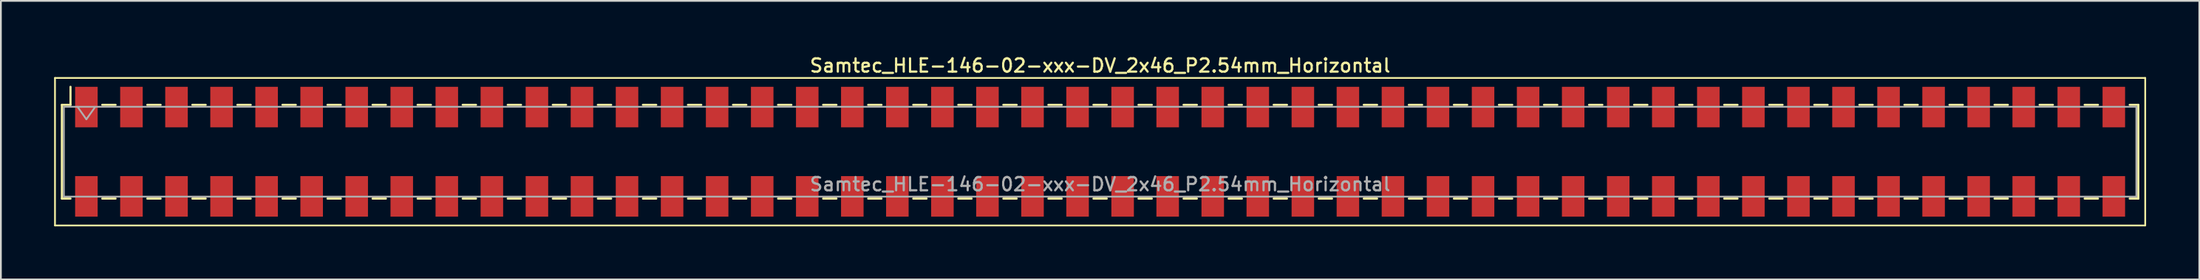
<source format=kicad_pcb>
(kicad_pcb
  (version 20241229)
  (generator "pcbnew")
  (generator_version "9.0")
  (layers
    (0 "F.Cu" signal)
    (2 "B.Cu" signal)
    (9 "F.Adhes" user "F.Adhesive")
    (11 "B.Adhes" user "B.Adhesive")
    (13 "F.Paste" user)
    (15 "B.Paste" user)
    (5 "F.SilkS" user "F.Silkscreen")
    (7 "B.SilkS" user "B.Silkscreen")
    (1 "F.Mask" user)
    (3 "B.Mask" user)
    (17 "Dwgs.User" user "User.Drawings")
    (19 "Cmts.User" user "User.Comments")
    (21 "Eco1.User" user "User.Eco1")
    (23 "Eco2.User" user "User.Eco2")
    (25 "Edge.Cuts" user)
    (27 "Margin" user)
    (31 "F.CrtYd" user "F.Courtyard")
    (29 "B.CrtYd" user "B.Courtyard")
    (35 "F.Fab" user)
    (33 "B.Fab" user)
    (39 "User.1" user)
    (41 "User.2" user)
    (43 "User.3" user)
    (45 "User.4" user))
  (footprint "Samtec_HLE-146-02-xxx-DV_2x46_P2.54mm_Horizontal"
    (layer "F.Cu")
    (at 58.97 5.528)
    (property "Reference" "Samtec_HLE-146-02-xxx-DV_2x46_P2.54mm_Horizontal" (at 0 -4.87 0) (layer "F.SilkS") (effects (font (size 0.75 0.75) (thickness 0.125))))
    (attr smd)
    (fp_line (start -58.92 -4.17) (end 58.92 -4.17) (stroke (width 0.1) (type solid)) (layer "F.SilkS"))
    (fp_line (start -58.92 4.17) (end -58.92 -4.17) (stroke (width 0.1) (type solid)) (layer "F.SilkS"))
    (fp_line (start -58.53 -2.65) (end -58.53 2.65) (stroke (width 0.12) (type solid)) (layer "F.SilkS"))
    (fp_line (start -58.53 2.65) (end -58.045 2.65) (stroke (width 0.12) (type solid)) (layer "F.SilkS"))
    (fp_line (start -58.045 -3.67) (end -58.045 -2.65) (stroke (width 0.12) (type solid)) (layer "F.SilkS"))
    (fp_line (start -58.045 -2.65) (end -58.53 -2.65) (stroke (width 0.12) (type solid)) (layer "F.SilkS"))
    (fp_line (start -56.255 -2.65) (end -55.505 -2.65) (stroke (width 0.12) (type solid)) (layer "F.SilkS"))
    (fp_line (start -56.255 2.65) (end -55.505 2.65) (stroke (width 0.12) (type solid)) (layer "F.SilkS"))
    (fp_line (start -53.715 -2.65) (end -52.965 -2.65) (stroke (width 0.12) (type solid)) (layer "F.SilkS"))
    (fp_line (start -53.715 2.65) (end -52.965 2.65) (stroke (width 0.12) (type solid)) (layer "F.SilkS"))
    (fp_line (start -51.175 -2.65) (end -50.425 -2.65) (stroke (width 0.12) (type solid)) (layer "F.SilkS"))
    (fp_line (start -51.175 2.65) (end -50.425 2.65) (stroke (width 0.12) (type solid)) (layer "F.SilkS"))
    (fp_line (start -48.635 -2.65) (end -47.885 -2.65) (stroke (width 0.12) (type solid)) (layer "F.SilkS"))
    (fp_line (start -48.635 2.65) (end -47.885 2.65) (stroke (width 0.12) (type solid)) (layer "F.SilkS"))
    (fp_line (start -46.095 -2.65) (end -45.345 -2.65) (stroke (width 0.12) (type solid)) (layer "F.SilkS"))
    (fp_line (start -46.095 2.65) (end -45.345 2.65) (stroke (width 0.12) (type solid)) (layer "F.SilkS"))
    (fp_line (start -43.555 -2.65) (end -42.805 -2.65) (stroke (width 0.12) (type solid)) (layer "F.SilkS"))
    (fp_line (start -43.555 2.65) (end -42.805 2.65) (stroke (width 0.12) (type solid)) (layer "F.SilkS"))
    (fp_line (start -41.015 -2.65) (end -40.265 -2.65) (stroke (width 0.12) (type solid)) (layer "F.SilkS"))
    (fp_line (start -41.015 2.65) (end -40.265 2.65) (stroke (width 0.12) (type solid)) (layer "F.SilkS"))
    (fp_line (start -38.475 -2.65) (end -37.725 -2.65) (stroke (width 0.12) (type solid)) (layer "F.SilkS"))
    (fp_line (start -38.475 2.65) (end -37.725 2.65) (stroke (width 0.12) (type solid)) (layer "F.SilkS"))
    (fp_line (start -35.935 -2.65) (end -35.185 -2.65) (stroke (width 0.12) (type solid)) (layer "F.SilkS"))
    (fp_line (start -35.935 2.65) (end -35.185 2.65) (stroke (width 0.12) (type solid)) (layer "F.SilkS"))
    (fp_line (start -33.395 -2.65) (end -32.645 -2.65) (stroke (width 0.12) (type solid)) (layer "F.SilkS"))
    (fp_line (start -33.395 2.65) (end -32.645 2.65) (stroke (width 0.12) (type solid)) (layer "F.SilkS"))
    (fp_line (start -30.855 -2.65) (end -30.105 -2.65) (stroke (width 0.12) (type solid)) (layer "F.SilkS"))
    (fp_line (start -30.855 2.65) (end -30.105 2.65) (stroke (width 0.12) (type solid)) (layer "F.SilkS"))
    (fp_line (start -28.315 -2.65) (end -27.565 -2.65) (stroke (width 0.12) (type solid)) (layer "F.SilkS"))
    (fp_line (start -28.315 2.65) (end -27.565 2.65) (stroke (width 0.12) (type solid)) (layer "F.SilkS"))
    (fp_line (start -25.775 -2.65) (end -25.025 -2.65) (stroke (width 0.12) (type solid)) (layer "F.SilkS"))
    (fp_line (start -25.775 2.65) (end -25.025 2.65) (stroke (width 0.12) (type solid)) (layer "F.SilkS"))
    (fp_line (start -23.235 -2.65) (end -22.485 -2.65) (stroke (width 0.12) (type solid)) (layer "F.SilkS"))
    (fp_line (start -23.235 2.65) (end -22.485 2.65) (stroke (width 0.12) (type solid)) (layer "F.SilkS"))
    (fp_line (start -20.695 -2.65) (end -19.945 -2.65) (stroke (width 0.12) (type solid)) (layer "F.SilkS"))
    (fp_line (start -20.695 2.65) (end -19.945 2.65) (stroke (width 0.12) (type solid)) (layer "F.SilkS"))
    (fp_line (start -18.155 -2.65) (end -17.405 -2.65) (stroke (width 0.12) (type solid)) (layer "F.SilkS"))
    (fp_line (start -18.155 2.65) (end -17.405 2.65) (stroke (width 0.12) (type solid)) (layer "F.SilkS"))
    (fp_line (start -15.615 -2.65) (end -14.865 -2.65) (stroke (width 0.12) (type solid)) (layer "F.SilkS"))
    (fp_line (start -15.615 2.65) (end -14.865 2.65) (stroke (width 0.12) (type solid)) (layer "F.SilkS"))
    (fp_line (start -13.075 -2.65) (end -12.325 -2.65) (stroke (width 0.12) (type solid)) (layer "F.SilkS"))
    (fp_line (start -13.075 2.65) (end -12.325 2.65) (stroke (width 0.12) (type solid)) (layer "F.SilkS"))
    (fp_line (start -10.535 -2.65) (end -9.785 -2.65) (stroke (width 0.12) (type solid)) (layer "F.SilkS"))
    (fp_line (start -10.535 2.65) (end -9.785 2.65) (stroke (width 0.12) (type solid)) (layer "F.SilkS"))
    (fp_line (start -7.995 -2.65) (end -7.245 -2.65) (stroke (width 0.12) (type solid)) (layer "F.SilkS"))
    (fp_line (start -7.995 2.65) (end -7.245 2.65) (stroke (width 0.12) (type solid)) (layer "F.SilkS"))
    (fp_line (start -5.455 -2.65) (end -4.705 -2.65) (stroke (width 0.12) (type solid)) (layer "F.SilkS"))
    (fp_line (start -5.455 2.65) (end -4.705 2.65) (stroke (width 0.12) (type solid)) (layer "F.SilkS"))
    (fp_line (start -2.915 -2.65) (end -2.165 -2.65) (stroke (width 0.12) (type solid)) (layer "F.SilkS"))
    (fp_line (start -2.915 2.65) (end -2.165 2.65) (stroke (width 0.12) (type solid)) (layer "F.SilkS"))
    (fp_line (start -0.375 -2.65) (end 0.375 -2.65) (stroke (width 0.12) (type solid)) (layer "F.SilkS"))
    (fp_line (start -0.375 2.65) (end 0.375 2.65) (stroke (width 0.12) (type solid)) (layer "F.SilkS"))
    (fp_line (start 2.165 -2.65) (end 2.915 -2.65) (stroke (width 0.12) (type solid)) (layer "F.SilkS"))
    (fp_line (start 2.165 2.65) (end 2.915 2.65) (stroke (width 0.12) (type solid)) (layer "F.SilkS"))
    (fp_line (start 4.705 -2.65) (end 5.455 -2.65) (stroke (width 0.12) (type solid)) (layer "F.SilkS"))
    (fp_line (start 4.705 2.65) (end 5.455 2.65) (stroke (width 0.12) (type solid)) (layer "F.SilkS"))
    (fp_line (start 7.245 -2.65) (end 7.995 -2.65) (stroke (width 0.12) (type solid)) (layer "F.SilkS"))
    (fp_line (start 7.245 2.65) (end 7.995 2.65) (stroke (width 0.12) (type solid)) (layer "F.SilkS"))
    (fp_line (start 9.785 -2.65) (end 10.535 -2.65) (stroke (width 0.12) (type solid)) (layer "F.SilkS"))
    (fp_line (start 9.785 2.65) (end 10.535 2.65) (stroke (width 0.12) (type solid)) (layer "F.SilkS"))
    (fp_line (start 12.325 -2.65) (end 13.075 -2.65) (stroke (width 0.12) (type solid)) (layer "F.SilkS"))
    (fp_line (start 12.325 2.65) (end 13.075 2.65) (stroke (width 0.12) (type solid)) (layer "F.SilkS"))
    (fp_line (start 14.865 -2.65) (end 15.615 -2.65) (stroke (width 0.12) (type solid)) (layer "F.SilkS"))
    (fp_line (start 14.865 2.65) (end 15.615 2.65) (stroke (width 0.12) (type solid)) (layer "F.SilkS"))
    (fp_line (start 17.405 -2.65) (end 18.155 -2.65) (stroke (width 0.12) (type solid)) (layer "F.SilkS"))
    (fp_line (start 17.405 2.65) (end 18.155 2.65) (stroke (width 0.12) (type solid)) (layer "F.SilkS"))
    (fp_line (start 19.945 -2.65) (end 20.695 -2.65) (stroke (width 0.12) (type solid)) (layer "F.SilkS"))
    (fp_line (start 19.945 2.65) (end 20.695 2.65) (stroke (width 0.12) (type solid)) (layer "F.SilkS"))
    (fp_line (start 22.485 -2.65) (end 23.235 -2.65) (stroke (width 0.12) (type solid)) (layer "F.SilkS"))
    (fp_line (start 22.485 2.65) (end 23.235 2.65) (stroke (width 0.12) (type solid)) (layer "F.SilkS"))
    (fp_line (start 25.025 -2.65) (end 25.775 -2.65) (stroke (width 0.12) (type solid)) (layer "F.SilkS"))
    (fp_line (start 25.025 2.65) (end 25.775 2.65) (stroke (width 0.12) (type solid)) (layer "F.SilkS"))
    (fp_line (start 27.565 -2.65) (end 28.315 -2.65) (stroke (width 0.12) (type solid)) (layer "F.SilkS"))
    (fp_line (start 27.565 2.65) (end 28.315 2.65) (stroke (width 0.12) (type solid)) (layer "F.SilkS"))
    (fp_line (start 30.105 -2.65) (end 30.855 -2.65) (stroke (width 0.12) (type solid)) (layer "F.SilkS"))
    (fp_line (start 30.105 2.65) (end 30.855 2.65) (stroke (width 0.12) (type solid)) (layer "F.SilkS"))
    (fp_line (start 32.645 -2.65) (end 33.395 -2.65) (stroke (width 0.12) (type solid)) (layer "F.SilkS"))
    (fp_line (start 32.645 2.65) (end 33.395 2.65) (stroke (width 0.12) (type solid)) (layer "F.SilkS"))
    (fp_line (start 35.185 -2.65) (end 35.935 -2.65) (stroke (width 0.12) (type solid)) (layer "F.SilkS"))
    (fp_line (start 35.185 2.65) (end 35.935 2.65) (stroke (width 0.12) (type solid)) (layer "F.SilkS"))
    (fp_line (start 37.725 -2.65) (end 38.475 -2.65) (stroke (width 0.12) (type solid)) (layer "F.SilkS"))
    (fp_line (start 37.725 2.65) (end 38.475 2.65) (stroke (width 0.12) (type solid)) (layer "F.SilkS"))
    (fp_line (start 40.265 -2.65) (end 41.015 -2.65) (stroke (width 0.12) (type solid)) (layer "F.SilkS"))
    (fp_line (start 40.265 2.65) (end 41.015 2.65) (stroke (width 0.12) (type solid)) (layer "F.SilkS"))
    (fp_line (start 42.805 -2.65) (end 43.555 -2.65) (stroke (width 0.12) (type solid)) (layer "F.SilkS"))
    (fp_line (start 42.805 2.65) (end 43.555 2.65) (stroke (width 0.12) (type solid)) (layer "F.SilkS"))
    (fp_line (start 45.345 -2.65) (end 46.095 -2.65) (stroke (width 0.12) (type solid)) (layer "F.SilkS"))
    (fp_line (start 45.345 2.65) (end 46.095 2.65) (stroke (width 0.12) (type solid)) (layer "F.SilkS"))
    (fp_line (start 47.885 -2.65) (end 48.635 -2.65) (stroke (width 0.12) (type solid)) (layer "F.SilkS"))
    (fp_line (start 47.885 2.65) (end 48.635 2.65) (stroke (width 0.12) (type solid)) (layer "F.SilkS"))
    (fp_line (start 50.425 -2.65) (end 51.175 -2.65) (stroke (width 0.12) (type solid)) (layer "F.SilkS"))
    (fp_line (start 50.425 2.65) (end 51.175 2.65) (stroke (width 0.12) (type solid)) (layer "F.SilkS"))
    (fp_line (start 52.965 -2.65) (end 53.715 -2.65) (stroke (width 0.12) (type solid)) (layer "F.SilkS"))
    (fp_line (start 52.965 2.65) (end 53.715 2.65) (stroke (width 0.12) (type solid)) (layer "F.SilkS"))
    (fp_line (start 55.505 -2.65) (end 56.255 -2.65) (stroke (width 0.12) (type solid)) (layer "F.SilkS"))
    (fp_line (start 55.505 2.65) (end 56.255 2.65) (stroke (width 0.12) (type solid)) (layer "F.SilkS"))
    (fp_line (start 58.045 -2.65) (end 58.53 -2.65) (stroke (width 0.12) (type solid)) (layer "F.SilkS"))
    (fp_line (start 58.53 -2.65) (end 58.53 2.65) (stroke (width 0.12) (type solid)) (layer "F.SilkS"))
    (fp_line (start 58.53 2.65) (end 58.045 2.65) (stroke (width 0.12) (type solid)) (layer "F.SilkS"))
    (fp_line (start 58.92 -4.17) (end 58.92 4.17) (stroke (width 0.1) (type solid)) (layer "F.SilkS"))
    (fp_line (start 58.92 4.17) (end -58.92 4.17) (stroke (width 0.1) (type solid)) (layer "F.SilkS"))
    (fp_line (start -58.42 -2.54) (end 58.42 -2.54) (stroke (width 0.1) (type solid)) (layer "F.Fab"))
    (fp_line (start -58.42 2.54) (end -58.42 -2.54) (stroke (width 0.1) (type solid)) (layer "F.Fab"))
    (fp_line (start -57.65 -2.54) (end -57.15 -1.833) (stroke (width 0.1) (type solid)) (layer "F.Fab"))
    (fp_line (start -57.15 -1.833) (end -56.65 -2.54) (stroke (width 0.1) (type solid)) (layer "F.Fab"))
    (fp_line (start 58.42 -2.54) (end 58.42 2.54) (stroke (width 0.1) (type solid)) (layer "F.Fab"))
    (fp_line (start 58.42 2.54) (end -58.42 2.54) (stroke (width 0.1) (type solid)) (layer "F.Fab"))
    (fp_text user "${REFERENCE}" (at 0 1.84 0) (layer "F.Fab") (effects (font (size 0.75 0.75) (thickness 0.125))))
    (pad "1" smd rect (at -57.15 -2.525) (size 1.27 2.29) (layers "F.Cu" "F.Mask" "F.Paste"))
    (pad "2" smd rect (at -57.15 2.525) (size 1.27 2.29) (layers "F.Cu" "F.Mask" "F.Paste"))
    (pad "3" smd rect (at -54.61 -2.525) (size 1.27 2.29) (layers "F.Cu" "F.Mask" "F.Paste"))
    (pad "4" smd rect (at -54.61 2.525) (size 1.27 2.29) (layers "F.Cu" "F.Mask" "F.Paste"))
    (pad "5" smd rect (at -52.07 -2.525) (size 1.27 2.29) (layers "F.Cu" "F.Mask" "F.Paste"))
    (pad "6" smd rect (at -52.07 2.525) (size 1.27 2.29) (layers "F.Cu" "F.Mask" "F.Paste"))
    (pad "7" smd rect (at -49.53 -2.525) (size 1.27 2.29) (layers "F.Cu" "F.Mask" "F.Paste"))
    (pad "8" smd rect (at -49.53 2.525) (size 1.27 2.29) (layers "F.Cu" "F.Mask" "F.Paste"))
    (pad "9" smd rect (at -46.99 -2.525) (size 1.27 2.29) (layers "F.Cu" "F.Mask" "F.Paste"))
    (pad "10" smd rect (at -46.99 2.525) (size 1.27 2.29) (layers "F.Cu" "F.Mask" "F.Paste"))
    (pad "11" smd rect (at -44.45 -2.525) (size 1.27 2.29) (layers "F.Cu" "F.Mask" "F.Paste"))
    (pad "12" smd rect (at -44.45 2.525) (size 1.27 2.29) (layers "F.Cu" "F.Mask" "F.Paste"))
    (pad "13" smd rect (at -41.91 -2.525) (size 1.27 2.29) (layers "F.Cu" "F.Mask" "F.Paste"))
    (pad "14" smd rect (at -41.91 2.525) (size 1.27 2.29) (layers "F.Cu" "F.Mask" "F.Paste"))
    (pad "15" smd rect (at -39.37 -2.525) (size 1.27 2.29) (layers "F.Cu" "F.Mask" "F.Paste"))
    (pad "16" smd rect (at -39.37 2.525) (size 1.27 2.29) (layers "F.Cu" "F.Mask" "F.Paste"))
    (pad "17" smd rect (at -36.83 -2.525) (size 1.27 2.29) (layers "F.Cu" "F.Mask" "F.Paste"))
    (pad "18" smd rect (at -36.83 2.525) (size 1.27 2.29) (layers "F.Cu" "F.Mask" "F.Paste"))
    (pad "19" smd rect (at -34.29 -2.525) (size 1.27 2.29) (layers "F.Cu" "F.Mask" "F.Paste"))
    (pad "20" smd rect (at -34.29 2.525) (size 1.27 2.29) (layers "F.Cu" "F.Mask" "F.Paste"))
    (pad "21" smd rect (at -31.75 -2.525) (size 1.27 2.29) (layers "F.Cu" "F.Mask" "F.Paste"))
    (pad "22" smd rect (at -31.75 2.525) (size 1.27 2.29) (layers "F.Cu" "F.Mask" "F.Paste"))
    (pad "23" smd rect (at -29.21 -2.525) (size 1.27 2.29) (layers "F.Cu" "F.Mask" "F.Paste"))
    (pad "24" smd rect (at -29.21 2.525) (size 1.27 2.29) (layers "F.Cu" "F.Mask" "F.Paste"))
    (pad "25" smd rect (at -26.67 -2.525) (size 1.27 2.29) (layers "F.Cu" "F.Mask" "F.Paste"))
    (pad "26" smd rect (at -26.67 2.525) (size 1.27 2.29) (layers "F.Cu" "F.Mask" "F.Paste"))
    (pad "27" smd rect (at -24.13 -2.525) (size 1.27 2.29) (layers "F.Cu" "F.Mask" "F.Paste"))
    (pad "28" smd rect (at -24.13 2.525) (size 1.27 2.29) (layers "F.Cu" "F.Mask" "F.Paste"))
    (pad "29" smd rect (at -21.59 -2.525) (size 1.27 2.29) (layers "F.Cu" "F.Mask" "F.Paste"))
    (pad "30" smd rect (at -21.59 2.525) (size 1.27 2.29) (layers "F.Cu" "F.Mask" "F.Paste"))
    (pad "31" smd rect (at -19.05 -2.525) (size 1.27 2.29) (layers "F.Cu" "F.Mask" "F.Paste"))
    (pad "32" smd rect (at -19.05 2.525) (size 1.27 2.29) (layers "F.Cu" "F.Mask" "F.Paste"))
    (pad "33" smd rect (at -16.51 -2.525) (size 1.27 2.29) (layers "F.Cu" "F.Mask" "F.Paste"))
    (pad "34" smd rect (at -16.51 2.525) (size 1.27 2.29) (layers "F.Cu" "F.Mask" "F.Paste"))
    (pad "35" smd rect (at -13.97 -2.525) (size 1.27 2.29) (layers "F.Cu" "F.Mask" "F.Paste"))
    (pad "36" smd rect (at -13.97 2.525) (size 1.27 2.29) (layers "F.Cu" "F.Mask" "F.Paste"))
    (pad "37" smd rect (at -11.43 -2.525) (size 1.27 2.29) (layers "F.Cu" "F.Mask" "F.Paste"))
    (pad "38" smd rect (at -11.43 2.525) (size 1.27 2.29) (layers "F.Cu" "F.Mask" "F.Paste"))
    (pad "39" smd rect (at -8.89 -2.525) (size 1.27 2.29) (layers "F.Cu" "F.Mask" "F.Paste"))
    (pad "40" smd rect (at -8.89 2.525) (size 1.27 2.29) (layers "F.Cu" "F.Mask" "F.Paste"))
    (pad "41" smd rect (at -6.35 -2.525) (size 1.27 2.29) (layers "F.Cu" "F.Mask" "F.Paste"))
    (pad "42" smd rect (at -6.35 2.525) (size 1.27 2.29) (layers "F.Cu" "F.Mask" "F.Paste"))
    (pad "43" smd rect (at -3.81 -2.525) (size 1.27 2.29) (layers "F.Cu" "F.Mask" "F.Paste"))
    (pad "44" smd rect (at -3.81 2.525) (size 1.27 2.29) (layers "F.Cu" "F.Mask" "F.Paste"))
    (pad "45" smd rect (at -1.27 -2.525) (size 1.27 2.29) (layers "F.Cu" "F.Mask" "F.Paste"))
    (pad "46" smd rect (at -1.27 2.525) (size 1.27 2.29) (layers "F.Cu" "F.Mask" "F.Paste"))
    (pad "47" smd rect (at 1.27 -2.525) (size 1.27 2.29) (layers "F.Cu" "F.Mask" "F.Paste"))
    (pad "48" smd rect (at 1.27 2.525) (size 1.27 2.29) (layers "F.Cu" "F.Mask" "F.Paste"))
    (pad "49" smd rect (at 3.81 -2.525) (size 1.27 2.29) (layers "F.Cu" "F.Mask" "F.Paste"))
    (pad "50" smd rect (at 3.81 2.525) (size 1.27 2.29) (layers "F.Cu" "F.Mask" "F.Paste"))
    (pad "51" smd rect (at 6.35 -2.525) (size 1.27 2.29) (layers "F.Cu" "F.Mask" "F.Paste"))
    (pad "52" smd rect (at 6.35 2.525) (size 1.27 2.29) (layers "F.Cu" "F.Mask" "F.Paste"))
    (pad "53" smd rect (at 8.89 -2.525) (size 1.27 2.29) (layers "F.Cu" "F.Mask" "F.Paste"))
    (pad "54" smd rect (at 8.89 2.525) (size 1.27 2.29) (layers "F.Cu" "F.Mask" "F.Paste"))
    (pad "55" smd rect (at 11.43 -2.525) (size 1.27 2.29) (layers "F.Cu" "F.Mask" "F.Paste"))
    (pad "56" smd rect (at 11.43 2.525) (size 1.27 2.29) (layers "F.Cu" "F.Mask" "F.Paste"))
    (pad "57" smd rect (at 13.97 -2.525) (size 1.27 2.29) (layers "F.Cu" "F.Mask" "F.Paste"))
    (pad "58" smd rect (at 13.97 2.525) (size 1.27 2.29) (layers "F.Cu" "F.Mask" "F.Paste"))
    (pad "59" smd rect (at 16.51 -2.525) (size 1.27 2.29) (layers "F.Cu" "F.Mask" "F.Paste"))
    (pad "60" smd rect (at 16.51 2.525) (size 1.27 2.29) (layers "F.Cu" "F.Mask" "F.Paste"))
    (pad "61" smd rect (at 19.05 -2.525) (size 1.27 2.29) (layers "F.Cu" "F.Mask" "F.Paste"))
    (pad "62" smd rect (at 19.05 2.525) (size 1.27 2.29) (layers "F.Cu" "F.Mask" "F.Paste"))
    (pad "63" smd rect (at 21.59 -2.525) (size 1.27 2.29) (layers "F.Cu" "F.Mask" "F.Paste"))
    (pad "64" smd rect (at 21.59 2.525) (size 1.27 2.29) (layers "F.Cu" "F.Mask" "F.Paste"))
    (pad "65" smd rect (at 24.13 -2.525) (size 1.27 2.29) (layers "F.Cu" "F.Mask" "F.Paste"))
    (pad "66" smd rect (at 24.13 2.525) (size 1.27 2.29) (layers "F.Cu" "F.Mask" "F.Paste"))
    (pad "67" smd rect (at 26.67 -2.525) (size 1.27 2.29) (layers "F.Cu" "F.Mask" "F.Paste"))
    (pad "68" smd rect (at 26.67 2.525) (size 1.27 2.29) (layers "F.Cu" "F.Mask" "F.Paste"))
    (pad "69" smd rect (at 29.21 -2.525) (size 1.27 2.29) (layers "F.Cu" "F.Mask" "F.Paste"))
    (pad "70" smd rect (at 29.21 2.525) (size 1.27 2.29) (layers "F.Cu" "F.Mask" "F.Paste"))
    (pad "71" smd rect (at 31.75 -2.525) (size 1.27 2.29) (layers "F.Cu" "F.Mask" "F.Paste"))
    (pad "72" smd rect (at 31.75 2.525) (size 1.27 2.29) (layers "F.Cu" "F.Mask" "F.Paste"))
    (pad "73" smd rect (at 34.29 -2.525) (size 1.27 2.29) (layers "F.Cu" "F.Mask" "F.Paste"))
    (pad "74" smd rect (at 34.29 2.525) (size 1.27 2.29) (layers "F.Cu" "F.Mask" "F.Paste"))
    (pad "75" smd rect (at 36.83 -2.525) (size 1.27 2.29) (layers "F.Cu" "F.Mask" "F.Paste"))
    (pad "76" smd rect (at 36.83 2.525) (size 1.27 2.29) (layers "F.Cu" "F.Mask" "F.Paste"))
    (pad "77" smd rect (at 39.37 -2.525) (size 1.27 2.29) (layers "F.Cu" "F.Mask" "F.Paste"))
    (pad "78" smd rect (at 39.37 2.525) (size 1.27 2.29) (layers "F.Cu" "F.Mask" "F.Paste"))
    (pad "79" smd rect (at 41.91 -2.525) (size 1.27 2.29) (layers "F.Cu" "F.Mask" "F.Paste"))
    (pad "80" smd rect (at 41.91 2.525) (size 1.27 2.29) (layers "F.Cu" "F.Mask" "F.Paste"))
    (pad "81" smd rect (at 44.45 -2.525) (size 1.27 2.29) (layers "F.Cu" "F.Mask" "F.Paste"))
    (pad "82" smd rect (at 44.45 2.525) (size 1.27 2.29) (layers "F.Cu" "F.Mask" "F.Paste"))
    (pad "83" smd rect (at 46.99 -2.525) (size 1.27 2.29) (layers "F.Cu" "F.Mask" "F.Paste"))
    (pad "84" smd rect (at 46.99 2.525) (size 1.27 2.29) (layers "F.Cu" "F.Mask" "F.Paste"))
    (pad "85" smd rect (at 49.53 -2.525) (size 1.27 2.29) (layers "F.Cu" "F.Mask" "F.Paste"))
    (pad "86" smd rect (at 49.53 2.525) (size 1.27 2.29) (layers "F.Cu" "F.Mask" "F.Paste"))
    (pad "87" smd rect (at 52.07 -2.525) (size 1.27 2.29) (layers "F.Cu" "F.Mask" "F.Paste"))
    (pad "88" smd rect (at 52.07 2.525) (size 1.27 2.29) (layers "F.Cu" "F.Mask" "F.Paste"))
    (pad "89" smd rect (at 54.61 -2.525) (size 1.27 2.29) (layers "F.Cu" "F.Mask" "F.Paste"))
    (pad "90" smd rect (at 54.61 2.525) (size 1.27 2.29) (layers "F.Cu" "F.Mask" "F.Paste"))
    (pad "91" smd rect (at 57.15 -2.525) (size 1.27 2.29) (layers "F.Cu" "F.Mask" "F.Paste"))
    (pad "92" smd rect (at 57.15 2.525) (size 1.27 2.29) (layers "F.Cu" "F.Mask" "F.Paste")))
  (gr_rect
    (start -3 -3)
    (end 120.94 12.748)
    (stroke (width 0.1) (type default))
    (fill no)
    (layer "Edge.Cuts")))
</source>
